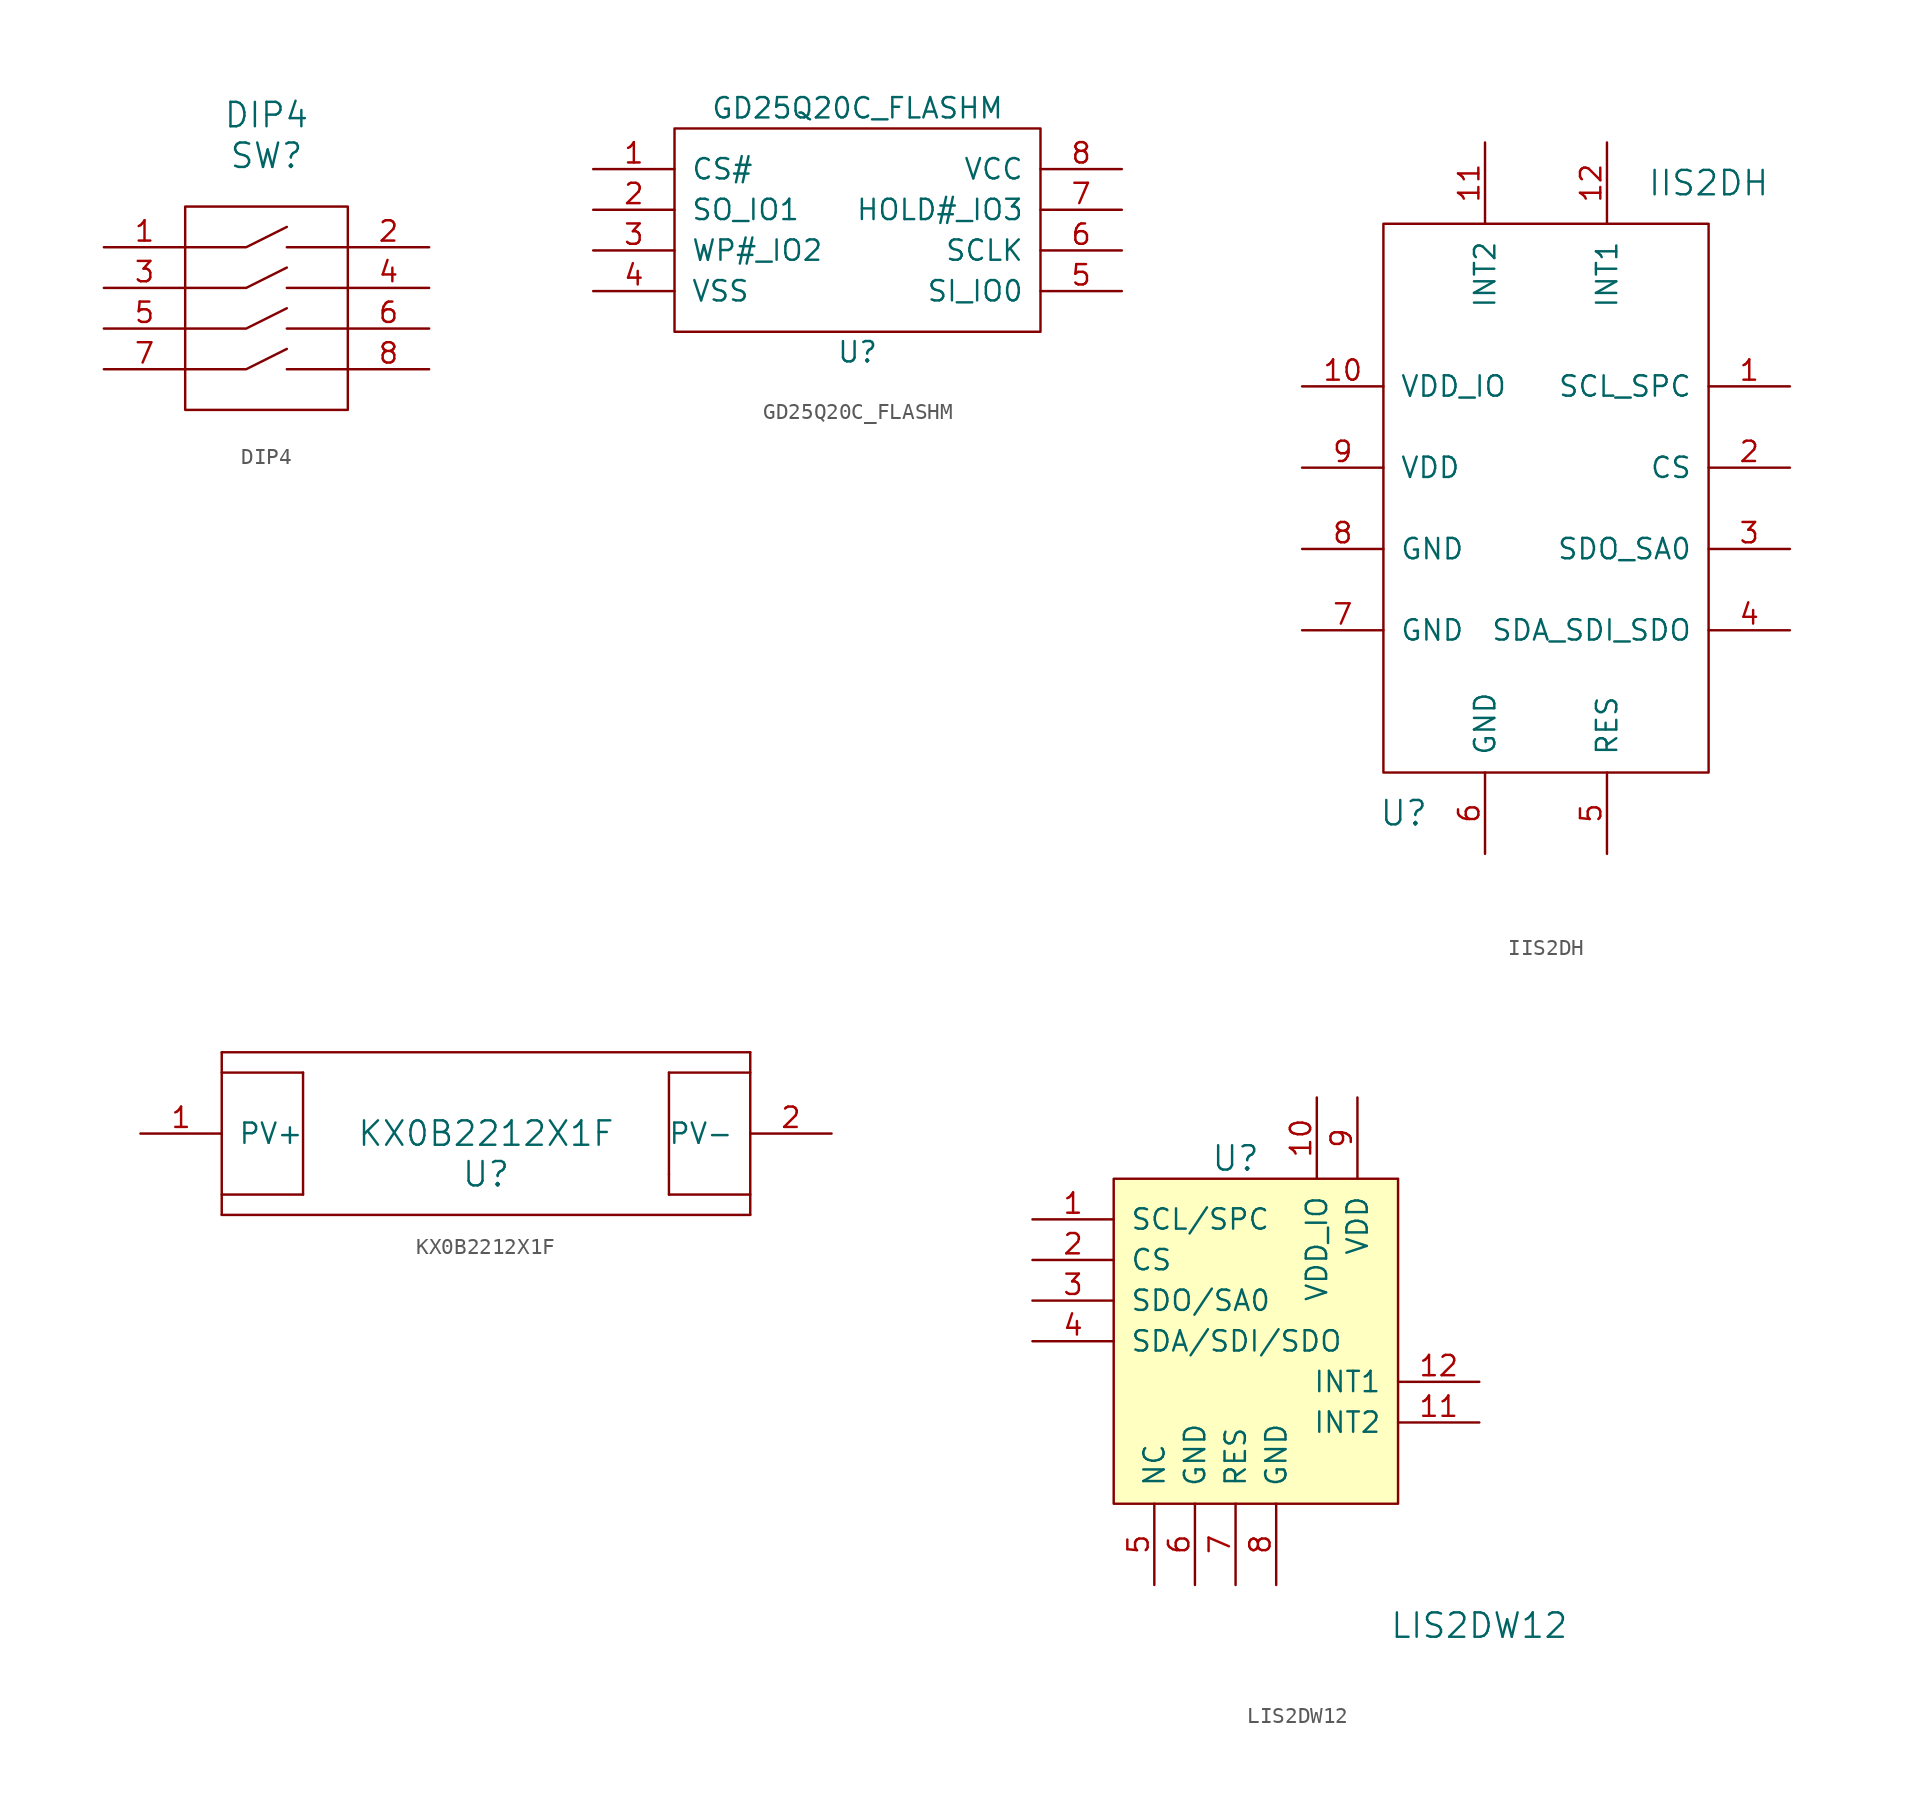
<source format=kicad_sym>
(kicad_symbol_lib
  (version 20211014)
  (generator kicad_symbol_editor)
  (symbol "DIP4"
    (pin_names
      (offset 1.016))
    (property "Reference" "SW"
      (at 0 9.525 0)
      (effects (font (size 1.524 1.524))))
    (property "Value" "DIP4"
      (at 0 12.065 0)
      (effects (font (size 1.524 1.524))))
    (property "Footprint" ""
      (at 0 1.905 0)
      (effects (font (size 1.524 1.524))))
    (property "Datasheet" ""
      (at 0 1.905 0)
      (effects (font (size 1.524 1.524))))
    (symbol "DIP4_0_1"
      (rectangle (start -5.08 6.35) (end 5.08 -6.35) (stroke (width 0) (type default) (color 0 0 0 0)) (fill (type none)))
      (polyline (pts (xy 1.27 -3.81) (xy 5.08 -3.81)) (stroke (width 0) (type default) (color 0 0 0 0)) (fill (type none)))
      (polyline (pts (xy 5.08 -1.27) (xy 1.27 -1.27)) (stroke (width 0) (type default) (color 0 0 0 0)) (fill (type none)))
      (polyline (pts (xy 5.08 3.81) (xy 1.27 3.81)) (stroke (width 0) (type default) (color 0 0 0 0)) (fill (type none)))
      (polyline (pts (xy -5.08 -3.81) (xy -1.27 -3.81) (xy 1.27 -2.54)) (stroke (width 0) (type default) (color 0 0 0 0)) (fill (type none)))
      (polyline (pts (xy -5.08 -1.27) (xy -1.27 -1.27) (xy 1.27 0)) (stroke (width 0) (type default) (color 0 0 0 0)) (fill (type none)))
      (polyline (pts (xy -5.08 1.27) (xy -1.27 1.27) (xy 1.27 2.54)) (stroke (width 0) (type default) (color 0 0 0 0)) (fill (type none)))
      (polyline (pts (xy -5.08 3.81) (xy -1.27 3.81) (xy 1.27 5.08)) (stroke (width 0) (type default) (color 0 0 0 0)) (fill (type none)))
      (polyline (pts (xy 1.27 1.27) (xy 3.81 1.27) (xy 5.08 1.27)) (stroke (width 0) (type default) (color 0 0 0 0)) (fill (type none))))
    (symbol "DIP4_1_1"
      (pin input line (at -10.16 3.81 0) (length 5.08) (name "~" (effects (font (size 1.27 1.27)))) (number "1" (effects (font (size 1.27 1.27)))))
      (pin input line (at 10.16 3.81 180) (length 5.08) (name "~" (effects (font (size 1.27 1.27)))) (number "2" (effects (font (size 1.27 1.27)))))
      (pin input line (at -10.16 1.27 0) (length 5.08) (name "~" (effects (font (size 1.27 1.27)))) (number "3" (effects (font (size 1.27 1.27)))))
      (pin input line (at 10.16 1.27 180) (length 5.08) (name "~" (effects (font (size 1.27 1.27)))) (number "4" (effects (font (size 1.27 1.27)))))
      (pin input line (at -10.16 -1.27 0) (length 5.08) (name "~" (effects (font (size 1.27 1.27)))) (number "5" (effects (font (size 1.27 1.27)))))
      (pin input line (at 10.16 -1.27 180) (length 5.08) (name "~" (effects (font (size 1.27 1.27)))) (number "6" (effects (font (size 1.27 1.27)))))
      (pin input line (at -10.16 -3.81 0) (length 5.08) (name "~" (effects (font (size 1.27 1.27)))) (number "7" (effects (font (size 1.27 1.27)))))
      (pin input line (at 10.16 -3.81 180) (length 5.08) (name "~" (effects (font (size 1.27 1.27)))) (number "8" (effects (font (size 1.27 1.27)))))))
  (symbol "GD25Q20C_FLASHM"
    (pin_names
      (offset 1.016))
    (property "Reference" "U"
      (at 0 -7.62 0)
      (effects (font (size 1.27 1.27))))
    (property "Value" "GD25Q20C_FLASHM"
      (at 0 7.62 0)
      (effects (font (size 1.27 1.27))))
    (symbol "GD25Q20C_FLASHM_0_1"
      (rectangle (start -11.43 6.35) (end 11.43 -6.35) (stroke (width 0) (type default) (color 0 0 0 0)) (fill (type none))))
    (symbol "GD25Q20C_FLASHM_1_1"
      (pin input line (at -16.51 3.81 0) (length 5.08) (name "CS#" (effects (font (size 1.27 1.27)))) (number "1" (effects (font (size 1.27 1.27)))))
      (pin input line (at -16.51 1.27 0) (length 5.08) (name "SO_IO1" (effects (font (size 1.27 1.27)))) (number "2" (effects (font (size 1.27 1.27)))))
      (pin input line (at -16.51 -1.27 0) (length 5.08) (name "WP#_IO2" (effects (font (size 1.27 1.27)))) (number "3" (effects (font (size 1.27 1.27)))))
      (pin input line (at -16.51 -3.81 0) (length 5.08) (name "VSS" (effects (font (size 1.27 1.27)))) (number "4" (effects (font (size 1.27 1.27)))))
      (pin input line (at 16.51 -3.81 180) (length 5.08) (name "SI_IO0" (effects (font (size 1.27 1.27)))) (number "5" (effects (font (size 1.27 1.27)))))
      (pin input line (at 16.51 -1.27 180) (length 5.08) (name "SCLK" (effects (font (size 1.27 1.27)))) (number "6" (effects (font (size 1.27 1.27)))))
      (pin input line (at 16.51 1.27 180) (length 5.08) (name "HOLD#_IO3" (effects (font (size 1.27 1.27)))) (number "7" (effects (font (size 1.27 1.27)))))
      (pin input line (at 16.51 3.81 180) (length 5.08) (name "VCC" (effects (font (size 1.27 1.27)))) (number "8" (effects (font (size 1.27 1.27)))))))
  (symbol "IIS2DH"
    (pin_names
      (offset 1.016))
    (property "Reference" "U"
      (at -8.89 -16.51 0)
      (effects (font (size 1.524 1.524))))
    (property "Value" "IIS2DH"
      (at 10.16 22.86 0)
      (effects (font (size 1.524 1.524))))
    (property "Footprint" ""
      (at 0 0 0)
      (effects (font (size 1.524 1.524))))
    (property "Datasheet" ""
      (at 0 0 0)
      (effects (font (size 1.524 1.524))))
    (symbol "IIS2DH_0_1"
      (rectangle (start 10.16 20.32) (end -10.16 -13.97) (stroke (width 0) (type default) (color 0 0 0 0)) (fill (type none))))
    (symbol "IIS2DH_1_1"
      (pin input line (at 15.24 10.16 180) (length 5.08) (name "SCL_SPC" (effects (font (size 1.27 1.27)))) (number "1" (effects (font (size 1.27 1.27)))))
      (pin input line (at -15.24 10.16 0) (length 5.08) (name "VDD_IO" (effects (font (size 1.27 1.27)))) (number "10" (effects (font (size 1.27 1.27)))))
      (pin input line (at -3.81 25.4 270) (length 5.08) (name "INT2" (effects (font (size 1.27 1.27)))) (number "11" (effects (font (size 1.27 1.27)))))
      (pin input line (at 3.81 25.4 270) (length 5.08) (name "INT1" (effects (font (size 1.27 1.27)))) (number "12" (effects (font (size 1.27 1.27)))))
      (pin input line (at 15.24 5.08 180) (length 5.08) (name "CS" (effects (font (size 1.27 1.27)))) (number "2" (effects (font (size 1.27 1.27)))))
      (pin input line (at 15.24 0 180) (length 5.08) (name "SDO_SA0" (effects (font (size 1.27 1.27)))) (number "3" (effects (font (size 1.27 1.27)))))
      (pin input line (at 15.24 -5.08 180) (length 5.08) (name "SDA_SDI_SDO" (effects (font (size 1.27 1.27)))) (number "4" (effects (font (size 1.27 1.27)))))
      (pin input line (at 3.81 -19.05 90) (length 5.08) (name "RES" (effects (font (size 1.27 1.27)))) (number "5" (effects (font (size 1.27 1.27)))))
      (pin input line (at -3.81 -19.05 90) (length 5.08) (name "GND" (effects (font (size 1.27 1.27)))) (number "6" (effects (font (size 1.27 1.27)))))
      (pin input line (at -15.24 -5.08 0) (length 5.08) (name "GND" (effects (font (size 1.27 1.27)))) (number "7" (effects (font (size 1.27 1.27)))))
      (pin input line (at -15.24 0 0) (length 5.08) (name "GND" (effects (font (size 1.27 1.27)))) (number "8" (effects (font (size 1.27 1.27)))))
      (pin input line (at -15.24 5.08 0) (length 5.08) (name "VDD" (effects (font (size 1.27 1.27)))) (number "9" (effects (font (size 1.27 1.27)))))))
  (symbol "KX0B2212X1F"
    (pin_names
      (offset 1.016))
    (property "Reference" "U"
      (at 0 -2.54 0)
      (effects (font (size 1.524 1.524))))
    (property "Value" "KX0B2212X1F"
      (at 0 0 0)
      (effects (font (size 1.524 1.524))))
    (symbol "KX0B2212X1F_0_1"
      (rectangle (start -16.51 -5.08) (end 16.51 -5.08) (stroke (width 0) (type default) (color 0 0 0 0)) (fill (type none)))
      (rectangle (start -16.51 -3.81) (end -11.43 -3.81) (stroke (width 0) (type default) (color 0 0 0 0)) (fill (type none)))
      (rectangle (start -16.51 0) (end -16.51 -5.08) (stroke (width 0) (type default) (color 0 0 0 0)) (fill (type none)))
      (rectangle (start -16.51 5.08) (end -16.51 0) (stroke (width 0) (type default) (color 0 0 0 0)) (fill (type none)))
      (rectangle (start -11.43 3.81) (end -16.51 3.81) (stroke (width 0) (type default) (color 0 0 0 0)) (fill (type none)))
      (rectangle (start -11.43 3.81) (end -11.43 -3.81) (stroke (width 0) (type default) (color 0 0 0 0)) (fill (type none)))
      (rectangle (start 11.43 -3.81) (end 11.43 -2.54) (stroke (width 0) (type default) (color 0 0 0 0)) (fill (type none)))
      (rectangle (start 11.43 3.81) (end 11.43 -2.54) (stroke (width 0) (type default) (color 0 0 0 0)) (fill (type none)))
      (rectangle (start 16.51 -3.81) (end 11.43 -3.81) (stroke (width 0) (type default) (color 0 0 0 0)) (fill (type none)))
      (rectangle (start 16.51 0) (end 16.51 -5.08) (stroke (width 0) (type default) (color 0 0 0 0)) (fill (type none)))
      (rectangle (start 16.51 0) (end 16.51 5.08) (stroke (width 0) (type default) (color 0 0 0 0)) (fill (type none)))
      (rectangle (start 16.51 3.81) (end 11.43 3.81) (stroke (width 0) (type default) (color 0 0 0 0)) (fill (type none)))
      (rectangle (start 16.51 5.08) (end -16.51 5.08) (stroke (width 0) (type default) (color 0 0 0 0)) (fill (type none))))
    (symbol "KX0B2212X1F_1_1"
      (pin bidirectional line (at -21.59 0 0) (length 5.08) (name "PV+" (effects (font (size 1.27 1.27)))) (number "1" (effects (font (size 1.27 1.27)))))
      (pin input line (at 21.59 0 180) (length 5.08) (name "PV-" (effects (font (size 1.27 1.27)))) (number "2" (effects (font (size 1.27 1.27)))))))
  (symbol "LIS2DW12"
    (pin_names
      (offset 1.016))
    (property "Reference" "U"
      (at -2.54 11.43 0)
      (effects (font (size 1.524 1.524))))
    (property "Value" "LIS2DW12"
      (at 12.7 -17.78 0)
      (effects (font (size 1.524 1.524))))
    (symbol "LIS2DW12_0_1"
      (rectangle (start -10.16 -10.16) (end 7.62 10.16) (stroke (width 0) (type default) (color 0 0 0 0)) (fill (type background))))
    (symbol "LIS2DW12_1_1"
      (pin input line (at -15.24 7.62 0) (length 5.08) (name "SCL/SPC" (effects (font (size 1.27 1.27)))) (number "1" (effects (font (size 1.27 1.27)))))
      (pin input line (at 2.54 15.24 270) (length 5.08) (name "VDD_IO" (effects (font (size 1.27 1.27)))) (number "10" (effects (font (size 1.27 1.27)))))
      (pin output line (at 12.7 -5.08 180) (length 5.08) (name "INT2" (effects (font (size 1.27 1.27)))) (number "11" (effects (font (size 1.27 1.27)))))
      (pin output line (at 12.7 -2.54 180) (length 5.08) (name "INT1" (effects (font (size 1.27 1.27)))) (number "12" (effects (font (size 1.27 1.27)))))
      (pin input line (at -15.24 5.08 0) (length 5.08) (name "CS" (effects (font (size 1.27 1.27)))) (number "2" (effects (font (size 1.27 1.27)))))
      (pin bidirectional line (at -15.24 2.54 0) (length 5.08) (name "SDO/SA0" (effects (font (size 1.27 1.27)))) (number "3" (effects (font (size 1.27 1.27)))))
      (pin bidirectional line (at -15.24 0 0) (length 5.08) (name "SDA/SDI/SDO" (effects (font (size 1.27 1.27)))) (number "4" (effects (font (size 1.27 1.27)))))
      (pin input line (at -7.62 -15.24 90) (length 5.08) (name "NC" (effects (font (size 1.27 1.27)))) (number "5" (effects (font (size 1.27 1.27)))))
      (pin input line (at -5.08 -15.24 90) (length 5.08) (name "GND" (effects (font (size 1.27 1.27)))) (number "6" (effects (font (size 1.27 1.27)))))
      (pin input line (at -2.54 -15.24 90) (length 5.08) (name "RES" (effects (font (size 1.27 1.27)))) (number "7" (effects (font (size 1.27 1.27)))))
      (pin input line (at 0 -15.24 90) (length 5.08) (name "GND" (effects (font (size 1.27 1.27)))) (number "8" (effects (font (size 1.27 1.27)))))
      (pin input line (at 5.08 15.24 270) (length 5.08) (name "VDD" (effects (font (size 1.27 1.27)))) (number "9" (effects (font (size 1.27 1.27))))))))
</source>
